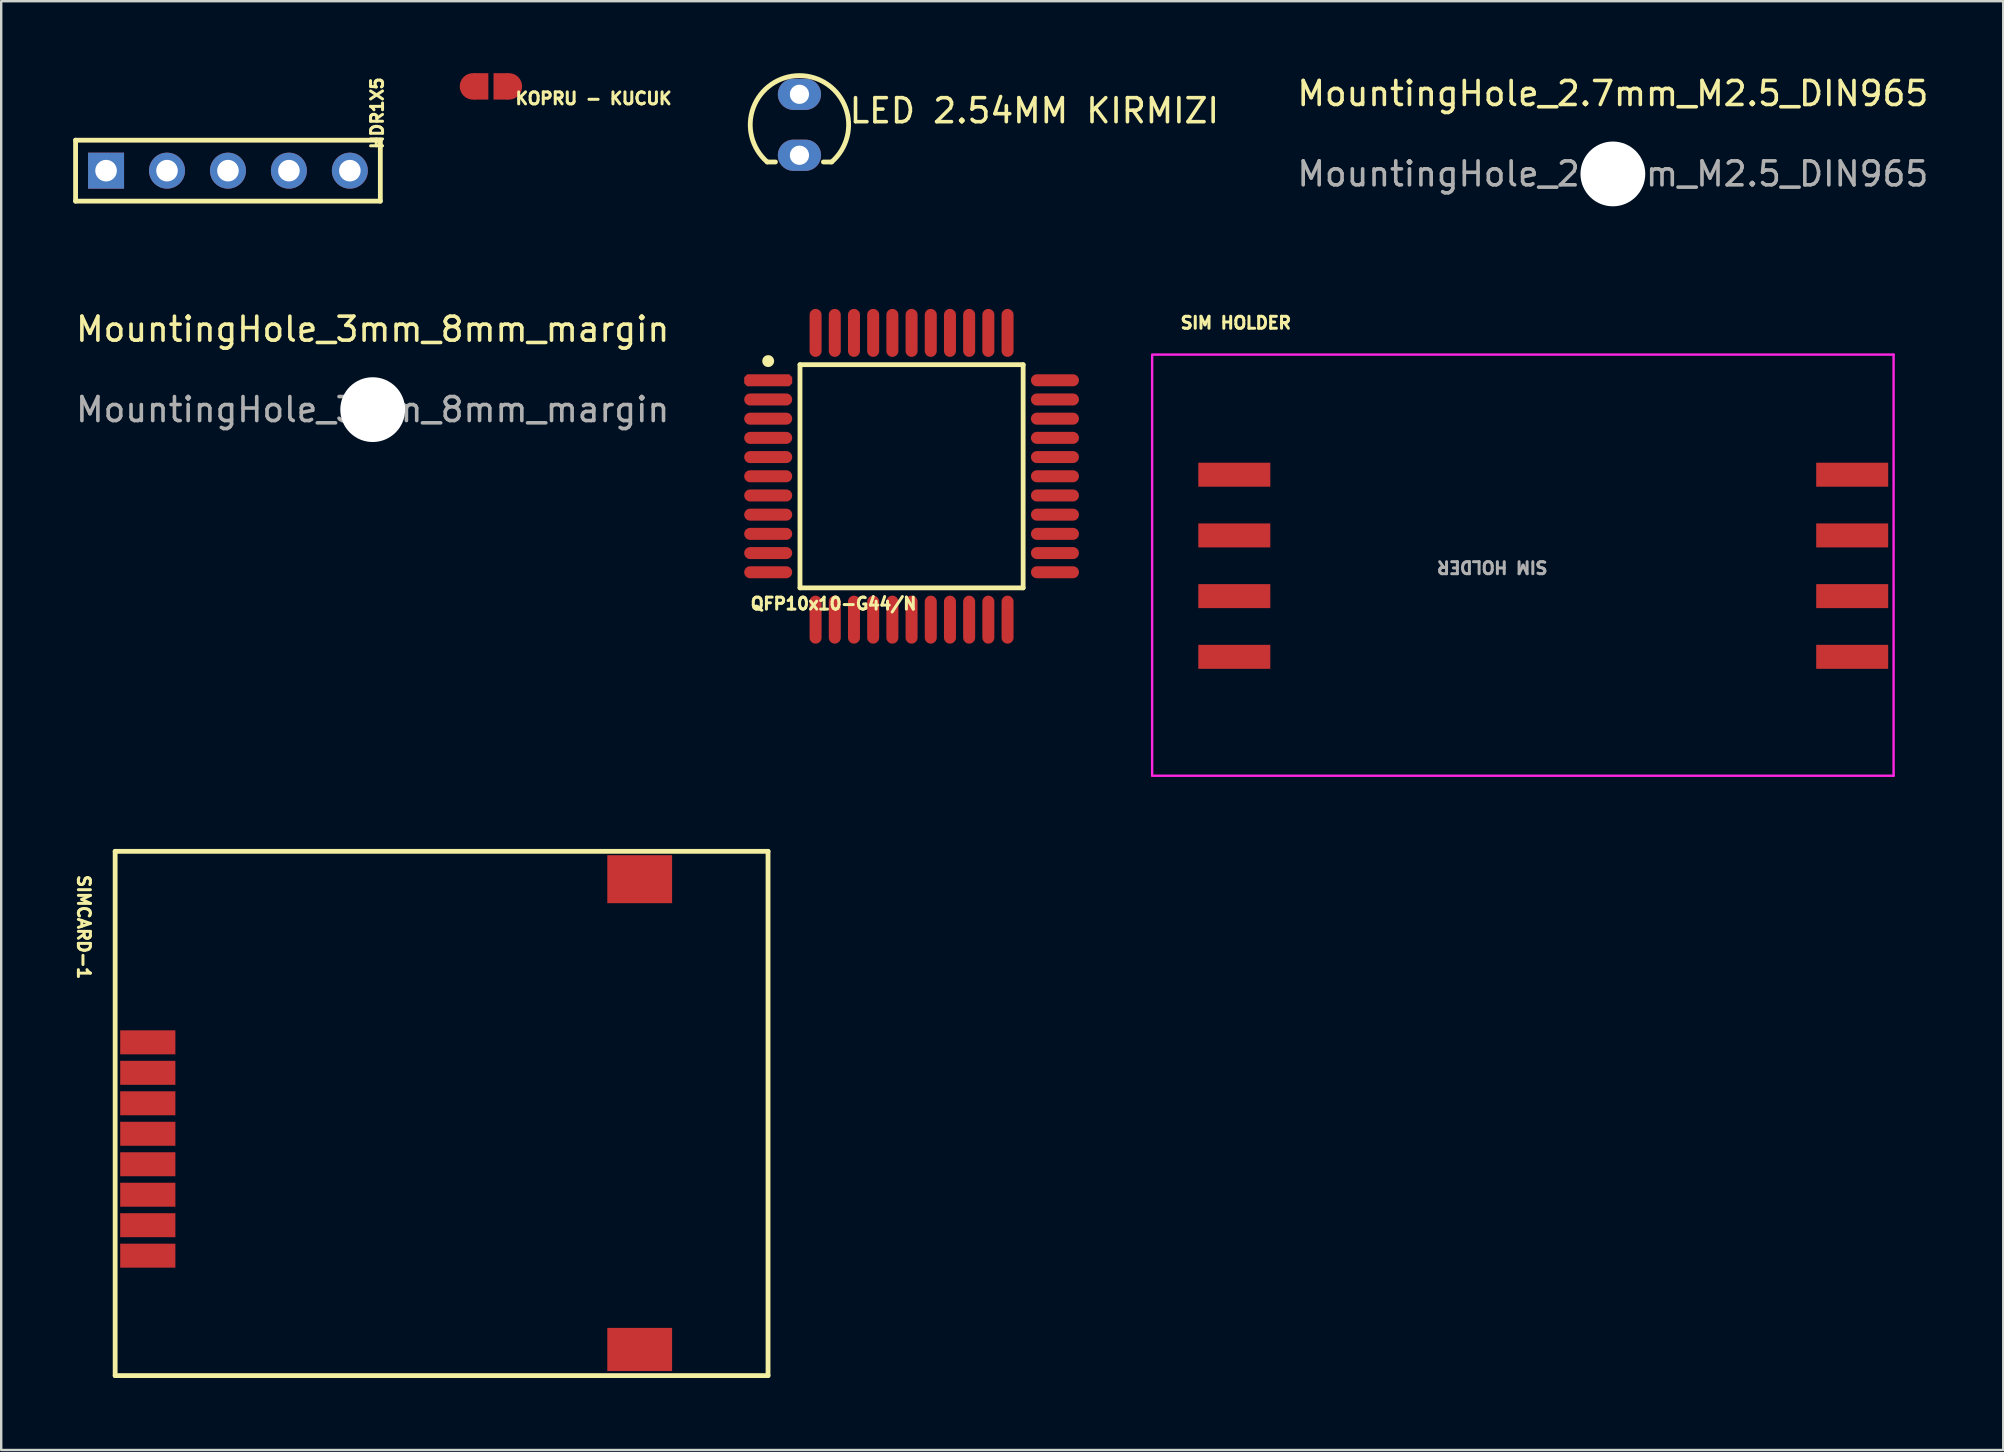
<source format=kicad_pcb>
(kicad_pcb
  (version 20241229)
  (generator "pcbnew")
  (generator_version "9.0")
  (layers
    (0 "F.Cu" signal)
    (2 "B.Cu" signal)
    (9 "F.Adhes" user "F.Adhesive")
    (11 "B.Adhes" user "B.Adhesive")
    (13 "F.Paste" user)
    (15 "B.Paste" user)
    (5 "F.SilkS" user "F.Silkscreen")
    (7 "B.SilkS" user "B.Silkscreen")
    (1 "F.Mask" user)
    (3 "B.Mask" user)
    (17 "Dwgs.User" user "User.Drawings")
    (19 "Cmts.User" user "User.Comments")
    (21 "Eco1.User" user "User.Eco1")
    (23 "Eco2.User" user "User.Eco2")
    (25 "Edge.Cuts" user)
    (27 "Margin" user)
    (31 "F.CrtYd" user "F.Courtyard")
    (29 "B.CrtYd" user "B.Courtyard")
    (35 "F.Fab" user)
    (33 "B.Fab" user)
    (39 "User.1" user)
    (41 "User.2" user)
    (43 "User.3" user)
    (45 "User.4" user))
  (footprint "LED 2.54MM KIRMIZI"
    (layer "F.Cu")
    (at 30.266 2.15)
    (property "Reference" "LED 2.54MM KIRMIZI" (at 2 0 0) (unlocked yes) (layer "F.SilkS") (effects (font (size 1 1) (thickness 0.15)) (justify left bottom)))
    (fp_line (start -1 1.55) (end -1.342 1.55) (stroke (width 0.2) (type solid)) (layer "F.SilkS"))
    (fp_line (start 1.342 1.55) (end 1 1.55) (stroke (width 0.2) (type solid)) (layer "F.SilkS"))
    (fp_arc (start -1.342219 1.5495) (mid 0 -2.050001) (end 1.342219 1.5495) (stroke (width 0.2) (type solid)) (layer "F.SilkS"))
    (pad "1" thru_hole oval (at 0 1.27) (size 1.8 1.3) (drill 0.8) (layers "*.Cu" "*.Mask"))
    (pad "2" thru_hole oval (at 0 -1.27) (size 1.8 1.3) (drill 0.8) (layers "*.Cu" "*.Mask")))
  (footprint "SIMCARD-1"
    (layer "F.Cu")
    (at 3.109 40.389)
    (property "Reference" "SIMCARD-1" (at -2.96 -7.04 270) (unlocked yes) (layer "F.SilkS") (effects (font (size 0.5 0.5) (thickness 0.254)) (justify left bottom)))
    (fp_line (start -1.36 -7.961) (end -1.36 13.889) (stroke (width 0.2) (type solid)) (layer "F.SilkS"))
    (fp_line (start -1.36 13.889) (end 25.848 13.889) (stroke (width 0.2) (type solid)) (layer "F.SilkS"))
    (fp_line (start 25.848 -7.961) (end -1.36 -7.961) (stroke (width 0.2) (type solid)) (layer "F.SilkS"))
    (fp_line (start 25.848 -7.961) (end 25.848 13.889) (stroke (width 0.2) (type solid)) (layer "F.SilkS"))
    (pad "1" smd rect (at 0 0 180) (size 2.3 1) (layers "F.Cu" "F.Mask" "F.Paste"))
    (pad "2" smd rect (at 0.000006 2.54 180) (size 2.3 1) (layers "F.Cu" "F.Mask" "F.Paste"))
    (pad "3" smd rect (at 0.000002 5.08 180) (size 2.3 1) (layers "F.Cu" "F.Mask" "F.Paste"))
    (pad "4" smd rect (at 0.000002 7.62 180) (size 2.3 1) (layers "F.Cu" "F.Mask" "F.Paste"))
    (pad "5" smd rect (at 0.000002 1.27 180) (size 2.3 1) (layers "F.Cu" "F.Mask" "F.Paste"))
    (pad "6" smd rect (at 0.000002 3.81 180) (size 2.3 1) (layers "F.Cu" "F.Mask" "F.Paste"))
    (pad "7" smd rect (at 0 6.35 180) (size 2.3 1) (layers "F.Cu" "F.Mask" "F.Paste"))
    (pad "8" smd rect (at 0.000002 8.89 180) (size 2.3 1) (layers "F.Cu" "F.Mask" "F.Paste"))
    (pad "9" smd rect (at 20.5 -6.8 180) (size 2.7 2) (layers "F.Cu" "F.Mask" "F.Paste"))
    (pad "10" smd rect (at 20.5 12.8 180) (size 2.7 1.8) (layers "F.Cu" "F.Mask" "F.Paste")))
  (footprint "MountingHole_3mm_8mm_margin"
    (layer "F.Cu")
    (at 12.482 14.021)
    (property "Reference" "MountingHole_3mm_8mm_margin" (at 0 -3.35 0) (layer "F.SilkS") (effects (font (size 1 1) (thickness 0.15))))
    (attr exclude_from_pos_files exclude_from_bom)
    (fp_circle (center 0 0) (end 4 0) (stroke (width 0.05) (type solid)) (fill no) (layer "Margin"))
    (fp_text user "${REFERENCE}" (at 0 0 0) (layer "F.Fab") (effects (font (size 1 1) (thickness 0.15))))
    (pad "" np_thru_hole circle (at 0 0) (size 2.7 2.7) (drill 3) (layers "*.Cu" "*.Mask")))
  (footprint "SIM HOLDER"
    (layer "F.Cu")
    (at 61.264 20.528)
    (property "Reference" "SIM HOLDER" (at -15.18 -9.83 0) (unlocked yes) (layer "F.SilkS") (effects (font (size 0.5 0.5) (thickness 0.125)) (justify left bottom)))
    (fp_line (start -16.3 -8.8) (end 14.6 -8.8) (stroke (width 0.1) (type solid)) (layer "F.CrtYd"))
    (fp_line (start -16.3 8.75) (end -16.3 -8.75) (stroke (width 0.1) (type solid)) (layer "F.CrtYd"))
    (fp_line (start -16.3 8.75) (end 14.6 8.75) (stroke (width 0.1) (type solid)) (layer "F.CrtYd"))
    (fp_line (start 14.6 8.75) (end 14.6 -8.8) (stroke (width 0.1) (type solid)) (layer "F.CrtYd"))
    (fp_text user "${REFERENCE}" (at -2.126 0.055 180) (unlocked yes) (layer "F.Fab") (effects (font (size 0.5 0.5) (thickness 0.125))))
    (pad "1" smd rect (at 12.875 3.795 90) (size 1 3) (layers "F.Cu" "F.Mask" "F.Paste"))
    (pad "2" smd rect (at 12.875 1.265 90) (size 1 3) (layers "F.Cu" "F.Mask" "F.Paste"))
    (pad "3" smd rect (at 12.875 -1.265 90) (size 1 3) (layers "F.Cu" "F.Mask" "F.Paste"))
    (pad "4" smd rect (at 12.875 -3.795 90) (size 1 3) (layers "F.Cu" "F.Mask" "F.Paste"))
    (pad "5" smd rect (at -12.875 3.795 90) (size 1 3) (layers "F.Cu" "F.Mask" "F.Paste"))
    (pad "6" smd rect (at -12.875 1.265 90) (size 1 3) (layers "F.Cu" "F.Mask" "F.Paste"))
    (pad "7" smd rect (at -12.875 -1.265 90) (size 1 3) (layers "F.Cu" "F.Mask" "F.Paste"))
    (pad "8" smd rect (at -12.875 -3.795 90) (size 1 3) (layers "F.Cu" "F.Mask" "F.Paste")))
  (footprint "QFP10x10-G44{slash}N"
    (layer "F.Cu")
    (at 34.939 16.798)
    (property "Reference" "QFP10x10-G44{slash}N" (at -6.774 5.604 0) (unlocked yes) (layer "F.SilkS") (effects (font (size 0.5 0.5) (thickness 0.254)) (justify left bottom)))
    (fp_line (start -4.65 -4.65) (end 4.65 -4.65) (stroke (width 0.2) (type solid)) (layer "F.SilkS"))
    (fp_line (start -4.65 4.65) (end -4.65 -4.65) (stroke (width 0.2) (type solid)) (layer "F.SilkS"))
    (fp_line (start -4.65 4.65) (end 4.65 4.65) (stroke (width 0.2) (type solid)) (layer "F.SilkS"))
    (fp_line (start 4.65 4.65) (end 4.65 -4.65) (stroke (width 0.2) (type solid)) (layer "F.SilkS"))
    (fp_circle (center -5.975 -4.8) (end -5.975 -4.925) (stroke (width 0.25) (type solid)) (fill no) (layer "F.SilkS"))
    (pad "1" smd roundrect (at -5.975 -4) (size 2 0.5) (layers "F.Cu" "F.Mask" "F.Paste") (roundrect_rratio 0.25) (chamfer_ratio 0.25) (chamfer top_left top_right bottom_left bottom_right))
    (pad "2" smd oval (at -5.975 -3.2) (size 2 0.5) (layers "F.Cu" "F.Mask" "F.Paste"))
    (pad "3" smd oval (at -5.975 -2.4) (size 2 0.5) (layers "F.Cu" "F.Mask" "F.Paste"))
    (pad "4" smd oval (at -5.975 -1.6) (size 2 0.5) (layers "F.Cu" "F.Mask" "F.Paste"))
    (pad "5" smd oval (at -5.975 -0.8) (size 2 0.5) (layers "F.Cu" "F.Mask" "F.Paste"))
    (pad "6" smd oval (at -5.975 0) (size 2 0.5) (layers "F.Cu" "F.Mask" "F.Paste"))
    (pad "7" smd oval (at -5.975 0.8) (size 2 0.5) (layers "F.Cu" "F.Mask" "F.Paste"))
    (pad "8" smd oval (at -5.975 1.6) (size 2 0.5) (layers "F.Cu" "F.Mask" "F.Paste"))
    (pad "9" smd oval (at -5.975 2.4) (size 2 0.5) (layers "F.Cu" "F.Mask" "F.Paste"))
    (pad "10" smd oval (at -5.975 3.2) (size 2 0.5) (layers "F.Cu" "F.Mask" "F.Paste"))
    (pad "11" smd oval (at -5.975 4) (size 2 0.5) (layers "F.Cu" "F.Mask" "F.Paste"))
    (pad "12" smd oval (at -4 5.975 90) (size 2 0.5) (layers "F.Cu" "F.Mask" "F.Paste"))
    (pad "13" smd oval (at -3.2 5.975 90) (size 2 0.5) (layers "F.Cu" "F.Mask" "F.Paste"))
    (pad "14" smd oval (at -2.4 5.975 90) (size 2 0.5) (layers "F.Cu" "F.Mask" "F.Paste"))
    (pad "15" smd oval (at -1.6 5.975 90) (size 2 0.5) (layers "F.Cu" "F.Mask" "F.Paste"))
    (pad "16" smd oval (at -0.8 5.975 90) (size 2 0.5) (layers "F.Cu" "F.Mask" "F.Paste"))
    (pad "17" smd oval (at 0 5.975 90) (size 2 0.5) (layers "F.Cu" "F.Mask" "F.Paste"))
    (pad "18" smd oval (at 0.8 5.975 90) (size 2 0.5) (layers "F.Cu" "F.Mask" "F.Paste"))
    (pad "19" smd oval (at 1.6 5.975 90) (size 2 0.5) (layers "F.Cu" "F.Mask" "F.Paste"))
    (pad "20" smd oval (at 2.4 5.975 90) (size 2 0.5) (layers "F.Cu" "F.Mask" "F.Paste"))
    (pad "21" smd oval (at 3.2 5.975 90) (size 2 0.5) (layers "F.Cu" "F.Mask" "F.Paste"))
    (pad "22" smd oval (at 4 5.975 90) (size 2 0.5) (layers "F.Cu" "F.Mask" "F.Paste"))
    (pad "23" smd oval (at 5.975 4) (size 2 0.5) (layers "F.Cu" "F.Mask" "F.Paste"))
    (pad "24" smd oval (at 5.975 3.2) (size 2 0.5) (layers "F.Cu" "F.Mask" "F.Paste"))
    (pad "25" smd oval (at 5.975 2.4) (size 2 0.5) (layers "F.Cu" "F.Mask" "F.Paste"))
    (pad "26" smd oval (at 5.975 1.6) (size 2 0.5) (layers "F.Cu" "F.Mask" "F.Paste"))
    (pad "27" smd oval (at 5.975 0.8) (size 2 0.5) (layers "F.Cu" "F.Mask" "F.Paste"))
    (pad "28" smd oval (at 5.975 0) (size 2 0.5) (layers "F.Cu" "F.Mask" "F.Paste"))
    (pad "29" smd oval (at 5.975 -0.8) (size 2 0.5) (layers "F.Cu" "F.Mask" "F.Paste"))
    (pad "30" smd oval (at 5.975 -1.6) (size 2 0.5) (layers "F.Cu" "F.Mask" "F.Paste"))
    (pad "31" smd oval (at 5.975 -2.4) (size 2 0.5) (layers "F.Cu" "F.Mask" "F.Paste"))
    (pad "32" smd oval (at 5.975 -3.2) (size 2 0.5) (layers "F.Cu" "F.Mask" "F.Paste"))
    (pad "33" smd oval (at 5.975 -4) (size 2 0.5) (layers "F.Cu" "F.Mask" "F.Paste"))
    (pad "34" smd oval (at 4 -5.975 90) (size 2 0.5) (layers "F.Cu" "F.Mask" "F.Paste"))
    (pad "35" smd oval (at 3.2 -5.975 90) (size 2 0.5) (layers "F.Cu" "F.Mask" "F.Paste"))
    (pad "36" smd oval (at 2.4 -5.975 90) (size 2 0.5) (layers "F.Cu" "F.Mask" "F.Paste"))
    (pad "37" smd oval (at 1.6 -5.975 90) (size 2 0.5) (layers "F.Cu" "F.Mask" "F.Paste"))
    (pad "38" smd oval (at 0.8 -5.975 90) (size 2 0.5) (layers "F.Cu" "F.Mask" "F.Paste"))
    (pad "39" smd oval (at 0 -5.975 90) (size 2 0.5) (layers "F.Cu" "F.Mask" "F.Paste"))
    (pad "40" smd oval (at -0.8 -5.975 90) (size 2 0.5) (layers "F.Cu" "F.Mask" "F.Paste"))
    (pad "41" smd oval (at -1.6 -5.975 90) (size 2 0.5) (layers "F.Cu" "F.Mask" "F.Paste"))
    (pad "42" smd oval (at -2.4 -5.975 90) (size 2 0.5) (layers "F.Cu" "F.Mask" "F.Paste"))
    (pad "43" smd oval (at -3.2 -5.975 90) (size 2 0.5) (layers "F.Cu" "F.Mask" "F.Paste"))
    (pad "44" smd oval (at -4 -5.975 90) (size 2 0.5) (layers "F.Cu" "F.Mask" "F.Paste")))
  (footprint "HDR1X5"
    (layer "F.Cu")
    (at 1.37 4.062)
    (property "Reference" "HDR1X5" (at 11.59 -0.835 90) (unlocked yes) (layer "F.SilkS") (effects (font (size 0.5 0.5) (thickness 0.254)) (justify left bottom)))
    (fp_line (start -1.27 -1.27) (end 11.43 -1.27) (stroke (width 0.2) (type solid)) (layer "F.SilkS"))
    (fp_line (start -1.27 1.27) (end -1.27 -1.27) (stroke (width 0.2) (type solid)) (layer "F.SilkS"))
    (fp_line (start -1.27 1.27) (end 11.43 1.27) (stroke (width 0.2) (type solid)) (layer "F.SilkS"))
    (fp_line (start 11.43 1.27) (end 11.43 -1.27) (stroke (width 0.2) (type solid)) (layer "F.SilkS"))
    (pad "1" thru_hole rect (at 0 0 180) (size 1.5 1.5) (drill 0.9) (layers "*.Cu" "*.Mask"))
    (pad "2" thru_hole circle (at 2.54 0 180) (size 1.5 1.5) (drill 0.9) (layers "*.Cu" "*.Mask"))
    (pad "3" thru_hole circle (at 5.08 0 180) (size 1.5 1.5) (drill 0.9) (layers "*.Cu" "*.Mask"))
    (pad "4" thru_hole circle (at 7.62 0 180) (size 1.5 1.5) (drill 0.9) (layers "*.Cu" "*.Mask"))
    (pad "5" thru_hole circle (at 10.16 0 180) (size 1.5 1.5) (drill 0.9) (layers "*.Cu" "*.Mask")))
  (footprint "KOPRU - KUCUK"
    (layer "F.Cu")
    (at 17.409 0.55)
    (property "Reference" "KOPRU - KUCUK" (at 0.956 0.797 0) (unlocked yes) (layer "F.SilkS") (effects (font (size 0.5 0.5) (thickness 0.254)) (justify left bottom)))
    (pad "1" smd circle (at -0.75 0 180) (size 1.1 1.1) (layers "F.Cu" "F.Mask" "F.Paste"))
    (pad "1" smd rect (at -0.42 0 180) (size 0.625 1.1) (layers "F.Cu" "F.Mask" "F.Paste"))
    (pad "2" smd rect (at 0.42 0 180) (size 0.625 1.1) (layers "F.Cu" "F.Mask" "F.Paste"))
    (pad "2" smd circle (at 0.75 0 180) (size 1.1 1.1) (layers "F.Cu" "F.Mask" "F.Paste")))
  (footprint "MountingHole_2.7mm_M2.5_DIN965"
    (layer "F.Cu")
    (at 64.165 4.198)
    (property "Reference" "MountingHole_2.7mm_M2.5_DIN965" (at 0 -3.35 0) (layer "F.SilkS") (effects (font (size 1 1) (thickness 0.15))))
    (attr exclude_from_pos_files exclude_from_bom)
    (fp_circle (center 0 0) (end 2.6 0) (stroke (width 0.05) (type solid)) (fill no) (layer "Margin"))
    (fp_text user "${REFERENCE}" (at 0 0 0) (layer "F.Fab") (effects (font (size 1 1) (thickness 0.15))))
    (pad "" np_thru_hole circle (at 0 0) (size 2.7 2.7) (drill 2.7) (layers "*.Cu" "*.Mask")))
  (gr_rect
    (start -3 -3)
    (end 80.433 57.378)
    (stroke (width 0.1) (type default))
    (fill no)
    (layer "Edge.Cuts")))
</source>
